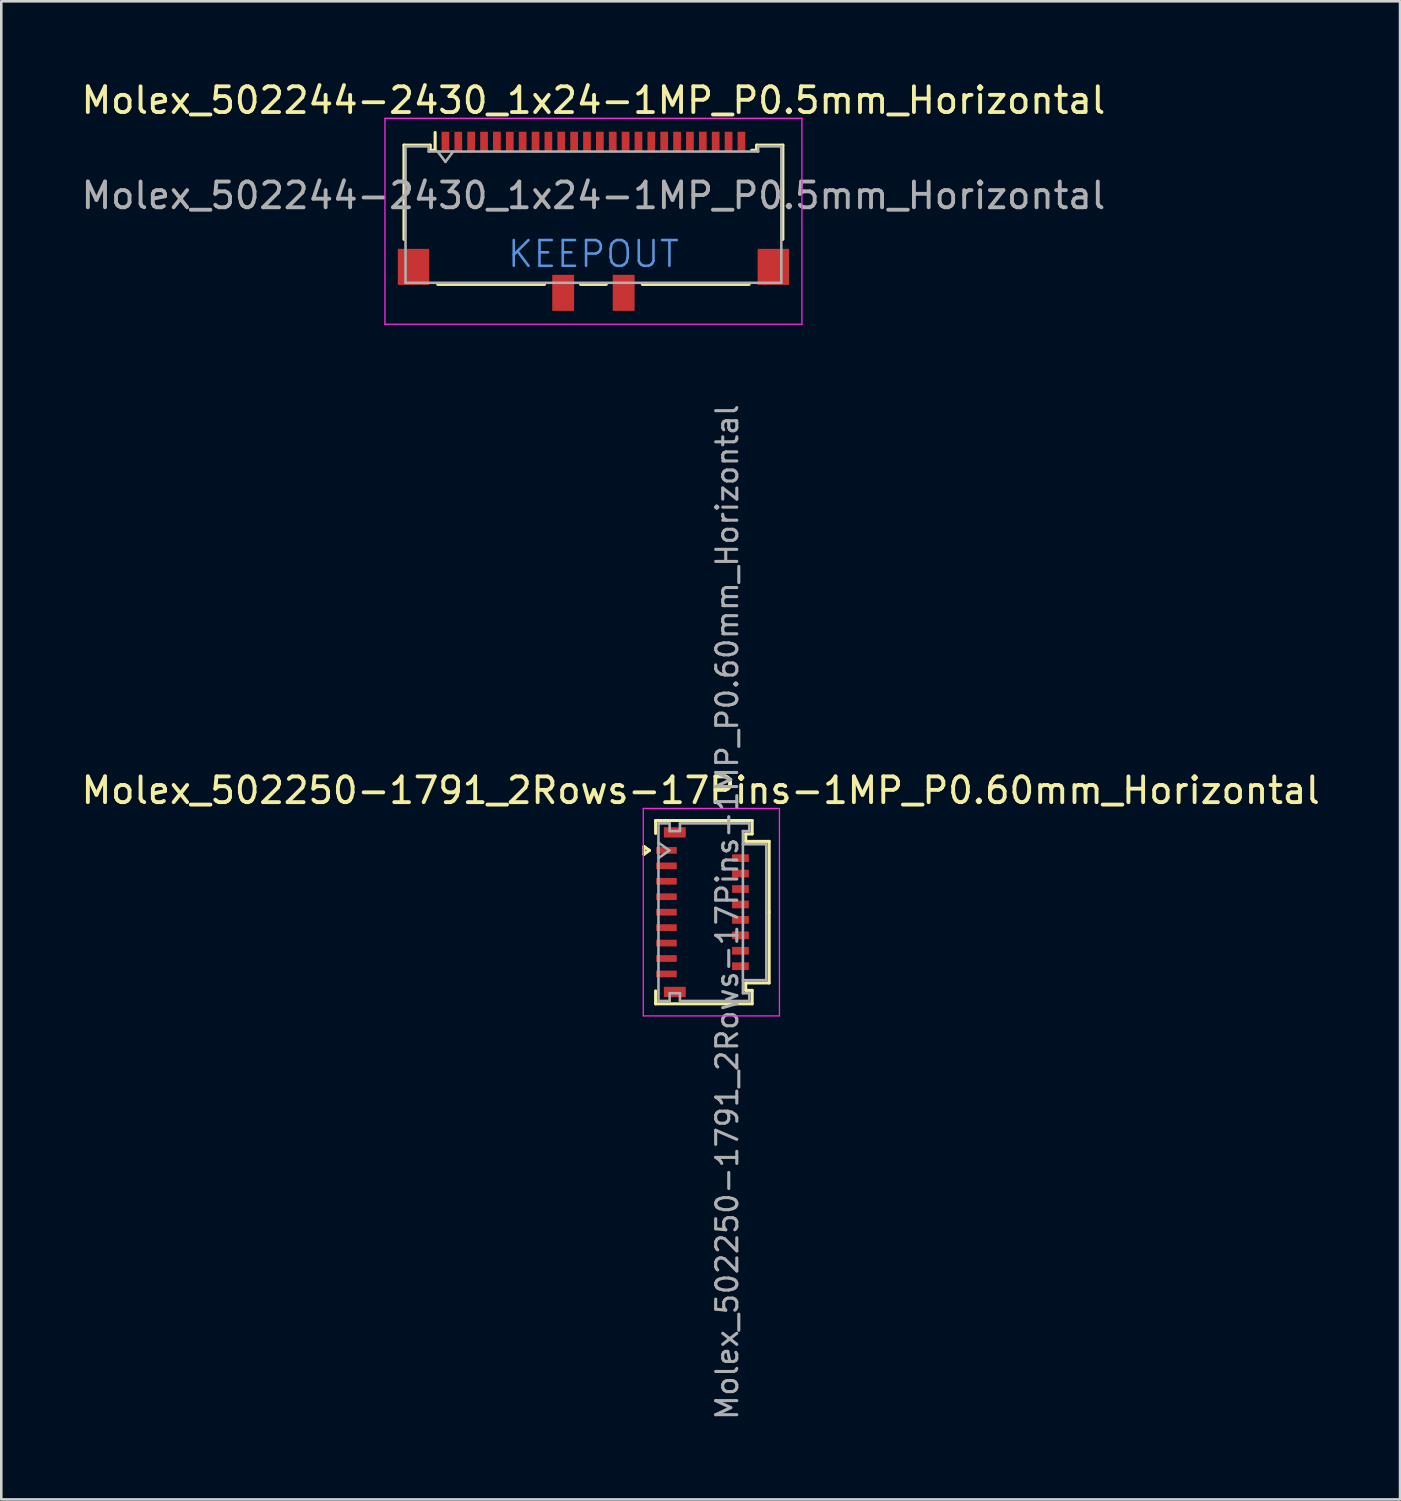
<source format=kicad_pcb>
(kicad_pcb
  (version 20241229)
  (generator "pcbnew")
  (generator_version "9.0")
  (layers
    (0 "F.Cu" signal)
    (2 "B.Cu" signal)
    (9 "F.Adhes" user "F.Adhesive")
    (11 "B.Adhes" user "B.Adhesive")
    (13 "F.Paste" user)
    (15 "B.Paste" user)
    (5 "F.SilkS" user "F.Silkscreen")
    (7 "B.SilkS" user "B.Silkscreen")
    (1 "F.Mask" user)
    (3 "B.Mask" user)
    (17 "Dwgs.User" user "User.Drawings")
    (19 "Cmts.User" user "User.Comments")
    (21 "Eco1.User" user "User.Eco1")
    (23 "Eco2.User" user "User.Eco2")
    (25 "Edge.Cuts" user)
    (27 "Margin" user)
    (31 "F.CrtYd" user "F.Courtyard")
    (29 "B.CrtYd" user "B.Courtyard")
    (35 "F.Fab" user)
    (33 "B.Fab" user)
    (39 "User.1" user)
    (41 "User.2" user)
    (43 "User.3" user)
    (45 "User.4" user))
  (footprint "Molex_502250-1791_2Rows-17Pins-1MP_P0.60mm_Horizontal"
    (layer "F.Cu")
    (at 24.243 32.39)
    (property "Reference" "Molex_502250-1791_2Rows-17Pins-1MP_P0.60mm_Horizontal" (at -0.07 -4.73 0) (layer "F.SilkS") (effects (font (size 1 1) (thickness 0.15))))
    (attr smd)
    (fp_line (start -2.272 -2.55) (end -2.06 -2.4) (stroke (width 0.12) (type solid)) (layer "F.SilkS"))
    (fp_line (start -2.272 -2.25) (end -2.272 -2.55) (stroke (width 0.12) (type solid)) (layer "F.SilkS"))
    (fp_line (start -2.06 -2.4) (end -2.272 -2.25) (stroke (width 0.12) (type solid)) (layer "F.SilkS"))
    (fp_line (start -1.82 -3.56) (end 1.93 -3.56) (stroke (width 0.12) (type solid)) (layer "F.SilkS"))
    (fp_line (start -1.82 -3.06) (end -1.82 -3.56) (stroke (width 0.12) (type solid)) (layer "F.SilkS"))
    (fp_line (start -1.82 3.06) (end -1.82 3.56) (stroke (width 0.12) (type solid)) (layer "F.SilkS"))
    (fp_line (start -1.82 3.56) (end 1.93 3.56) (stroke (width 0.12) (type solid)) (layer "F.SilkS"))
    (fp_line (start 1.68 -3.04) (end 1.68 -2.75) (stroke (width 0.12) (type solid)) (layer "F.SilkS"))
    (fp_line (start 1.68 -2.75) (end 2.59 -2.75) (stroke (width 0.12) (type solid)) (layer "F.SilkS"))
    (fp_line (start 1.68 2.75) (end 2.59 2.75) (stroke (width 0.12) (type solid)) (layer "F.SilkS"))
    (fp_line (start 1.68 3.04) (end 1.68 2.75) (stroke (width 0.12) (type solid)) (layer "F.SilkS"))
    (fp_line (start 1.93 -3.56) (end 1.93 -3.04) (stroke (width 0.12) (type solid)) (layer "F.SilkS"))
    (fp_line (start 1.93 -3.04) (end 1.68 -3.04) (stroke (width 0.12) (type solid)) (layer "F.SilkS"))
    (fp_line (start 1.93 3.04) (end 1.68 3.04) (stroke (width 0.12) (type solid)) (layer "F.SilkS"))
    (fp_line (start 1.93 3.56) (end 1.93 3.04) (stroke (width 0.12) (type solid)) (layer "F.SilkS"))
    (fp_line (start 2.59 -2.75) (end 2.59 0) (stroke (width 0.12) (type solid)) (layer "F.SilkS"))
    (fp_line (start 2.59 2.75) (end 2.59 0) (stroke (width 0.12) (type solid)) (layer "F.SilkS"))
    (fp_line (start -2.3 -4.03) (end -2.3 4.03) (stroke (width 0.05) (type solid)) (layer "F.CrtYd"))
    (fp_line (start -2.3 4.03) (end 2.99 4.03) (stroke (width 0.05) (type solid)) (layer "F.CrtYd"))
    (fp_line (start 2.99 -4.03) (end -2.3 -4.03) (stroke (width 0.05) (type solid)) (layer "F.CrtYd"))
    (fp_line (start 2.99 4.03) (end 2.99 -4.03) (stroke (width 0.05) (type solid)) (layer "F.CrtYd"))
    (fp_line (start -1.71 -3.45) (end -1.275 -3.45) (stroke (width 0.1) (type solid)) (layer "F.Fab"))
    (fp_line (start -1.71 -2.7) (end -1.286 -2.4) (stroke (width 0.1) (type solid)) (layer "F.Fab"))
    (fp_line (start -1.71 0) (end -1.71 -3.45) (stroke (width 0.1) (type solid)) (layer "F.Fab"))
    (fp_line (start -1.71 0) (end -1.71 3.45) (stroke (width 0.1) (type solid)) (layer "F.Fab"))
    (fp_line (start -1.71 3.45) (end -1.275 3.45) (stroke (width 0.1) (type solid)) (layer "F.Fab"))
    (fp_line (start -1.286 -2.4) (end -1.71 -2.1) (stroke (width 0.1) (type solid)) (layer "F.Fab"))
    (fp_line (start -1.275 -3.45) (end -1.275 -3.15) (stroke (width 0.1) (type solid)) (layer "F.Fab"))
    (fp_line (start -1.275 -3.15) (end -0.875 -3.15) (stroke (width 0.1) (type solid)) (layer "F.Fab"))
    (fp_line (start -1.275 3.15) (end -0.875 3.15) (stroke (width 0.1) (type solid)) (layer "F.Fab"))
    (fp_line (start -1.275 3.45) (end -1.275 3.15) (stroke (width 0.1) (type solid)) (layer "F.Fab"))
    (fp_line (start -0.875 -3.45) (end 1.82 -3.45) (stroke (width 0.1) (type solid)) (layer "F.Fab"))
    (fp_line (start -0.875 -3.15) (end -0.875 -3.45) (stroke (width 0.1) (type solid)) (layer "F.Fab"))
    (fp_line (start -0.875 3.15) (end -0.875 3.45) (stroke (width 0.1) (type solid)) (layer "F.Fab"))
    (fp_line (start -0.875 3.45) (end 1.82 3.45) (stroke (width 0.1) (type solid)) (layer "F.Fab"))
    (fp_line (start 1.57 -3.15) (end 1.57 0) (stroke (width 0.1) (type solid)) (layer "F.Fab"))
    (fp_line (start 1.57 -2.64) (end 2.48 -2.64) (stroke (width 0.1) (type solid)) (layer "F.Fab"))
    (fp_line (start 1.57 3.15) (end 1.57 0) (stroke (width 0.1) (type solid)) (layer "F.Fab"))
    (fp_line (start 1.82 -3.45) (end 1.82 -3.15) (stroke (width 0.1) (type solid)) (layer "F.Fab"))
    (fp_line (start 1.82 -3.15) (end 1.57 -3.15) (stroke (width 0.1) (type solid)) (layer "F.Fab"))
    (fp_line (start 1.82 3.15) (end 1.57 3.15) (stroke (width 0.1) (type solid)) (layer "F.Fab"))
    (fp_line (start 1.82 3.45) (end 1.82 3.15) (stroke (width 0.1) (type solid)) (layer "F.Fab"))
    (fp_line (start 2.48 -2.64) (end 2.48 2.64) (stroke (width 0.1) (type solid)) (layer "F.Fab"))
    (fp_line (start 2.48 2.64) (end 1.57 2.64) (stroke (width 0.1) (type solid)) (layer "F.Fab"))
    (fp_text user "${REFERENCE}" (at 0.96 0 90) (layer "F.Fab") (effects (font (size 0.82 0.82) (thickness 0.12))))
    (pad "1" smd rect (at -1.4 -2.4) (size 0.8 0.26) (layers "F.Cu" "F.Mask" "F.Paste"))
    (pad "2" smd rect (at 1.475 -2.1) (size 0.65 0.3) (layers "F.Cu" "F.Mask" "F.Paste"))
    (pad "3" smd rect (at -1.4 -1.8) (size 0.8 0.26) (layers "F.Cu" "F.Mask" "F.Paste"))
    (pad "4" smd rect (at 1.475 -1.5) (size 0.65 0.3) (layers "F.Cu" "F.Mask" "F.Paste"))
    (pad "5" smd rect (at -1.4 -1.2) (size 0.8 0.26) (layers "F.Cu" "F.Mask" "F.Paste"))
    (pad "6" smd rect (at 1.475 -0.9) (size 0.65 0.3) (layers "F.Cu" "F.Mask" "F.Paste"))
    (pad "7" smd rect (at -1.4 -0.6) (size 0.8 0.26) (layers "F.Cu" "F.Mask" "F.Paste"))
    (pad "8" smd rect (at 1.475 -0.3) (size 0.65 0.3) (layers "F.Cu" "F.Mask" "F.Paste"))
    (pad "9" smd rect (at -1.4 0) (size 0.8 0.26) (layers "F.Cu" "F.Mask" "F.Paste"))
    (pad "10" smd rect (at 1.475 0.3) (size 0.65 0.3) (layers "F.Cu" "F.Mask" "F.Paste"))
    (pad "11" smd rect (at -1.4 0.6) (size 0.8 0.26) (layers "F.Cu" "F.Mask" "F.Paste"))
    (pad "12" smd rect (at 1.475 0.9) (size 0.65 0.3) (layers "F.Cu" "F.Mask" "F.Paste"))
    (pad "13" smd rect (at -1.4 1.2) (size 0.8 0.26) (layers "F.Cu" "F.Mask" "F.Paste"))
    (pad "14" smd rect (at 1.475 1.5) (size 0.65 0.3) (layers "F.Cu" "F.Mask" "F.Paste"))
    (pad "15" smd rect (at -1.4 1.8) (size 0.8 0.26) (layers "F.Cu" "F.Mask" "F.Paste"))
    (pad "16" smd rect (at 1.475 2.1) (size 0.65 0.3) (layers "F.Cu" "F.Mask" "F.Paste"))
    (pad "17" smd rect (at -1.4 2.4) (size 0.8 0.26) (layers "F.Cu" "F.Mask" "F.Paste"))
    (pad "MP" smd rect (at -1.075 -3.1) (size 0.85 0.4) (layers "F.Cu" "F.Mask" "F.Paste"))
    (pad "MP" smd rect (at -1.075 3.1) (size 0.85 0.4) (layers "F.Cu" "F.Mask" "F.Paste")))
  (footprint "Molex_502244-2430_1x24-1MP_P0.5mm_Horizontal"
    (layer "F.Cu")
    (at 20.006 5.548)
    (property "Reference" "Molex_502244-2430_1x24-1MP_P0.5mm_Horizontal" (at 0 -4.7 0) (layer "F.SilkS") (effects (font (size 1 1) (thickness 0.15))))
    (attr smd)
    (fp_line (start -7.36 -2.96) (end -6.35 -2.96) (stroke (width 0.12) (type solid)) (layer "F.SilkS"))
    (fp_line (start -7.36 0.7) (end -7.36 -2.96) (stroke (width 0.12) (type solid)) (layer "F.SilkS"))
    (fp_line (start -6.34 -2.76) (end -6.34 -2.96) (stroke (width 0.12) (type solid)) (layer "F.SilkS"))
    (fp_line (start -6.34 -2.76) (end -6.15 -2.76) (stroke (width 0.12) (type solid)) (layer "F.SilkS"))
    (fp_line (start -6.15 -2.76) (end -6.15 -3.45) (stroke (width 0.12) (type solid)) (layer "F.SilkS"))
    (fp_line (start -6.05 2.45) (end -1.9 2.45) (stroke (width 0.12) (type solid)) (layer "F.SilkS"))
    (fp_line (start -0.5 2.45) (end 0.5 2.45) (stroke (width 0.12) (type solid)) (layer "F.SilkS"))
    (fp_line (start 1.9 2.45) (end 6.05 2.45) (stroke (width 0.12) (type solid)) (layer "F.SilkS"))
    (fp_line (start 6.34 -2.96) (end 6.34 -2.76) (stroke (width 0.12) (type solid)) (layer "F.SilkS"))
    (fp_line (start 6.34 -2.76) (end 6.15 -2.76) (stroke (width 0.12) (type solid)) (layer "F.SilkS"))
    (fp_line (start 6.35 -2.96) (end 7.36 -2.96) (stroke (width 0.12) (type solid)) (layer "F.SilkS"))
    (fp_line (start 7.36 -2.96) (end 7.36 0.7) (stroke (width 0.12) (type solid)) (layer "F.SilkS"))
    (fp_line (start -8.1 -4) (end 8.1 -4) (stroke (width 0.05) (type solid)) (layer "F.CrtYd"))
    (fp_line (start -8.1 4) (end -8.1 -4) (stroke (width 0.05) (type solid)) (layer "F.CrtYd"))
    (fp_line (start 8.1 -4) (end 8.1 4) (stroke (width 0.05) (type solid)) (layer "F.CrtYd"))
    (fp_line (start 8.1 4) (end -8.1 4) (stroke (width 0.05) (type solid)) (layer "F.CrtYd"))
    (fp_line (start -7.3 -2.91) (end -7.3 2.39) (stroke (width 0.1) (type solid)) (layer "F.Fab"))
    (fp_line (start -7.3 2.39) (end 7.3 2.39) (stroke (width 0.1) (type solid)) (layer "F.Fab"))
    (fp_line (start -6.4 -2.91) (end -7.3 -2.91) (stroke (width 0.1) (type solid)) (layer "F.Fab"))
    (fp_line (start -6.4 -2.71) (end -6.4 -2.91) (stroke (width 0.1) (type solid)) (layer "F.Fab"))
    (fp_line (start -6.05 -2.71) (end -5.75 -2.31) (stroke (width 0.1) (type solid)) (layer "F.Fab"))
    (fp_line (start -5.75 -2.31) (end -5.45 -2.71) (stroke (width 0.1) (type solid)) (layer "F.Fab"))
    (fp_line (start 6.4 -2.91) (end 6.4 -2.71) (stroke (width 0.1) (type solid)) (layer "F.Fab"))
    (fp_line (start 6.4 -2.71) (end -6.4 -2.71) (stroke (width 0.1) (type solid)) (layer "F.Fab"))
    (fp_line (start 7.3 -2.91) (end 6.4 -2.91) (stroke (width 0.1) (type solid)) (layer "F.Fab"))
    (fp_line (start 7.3 -2.91) (end 7.3 2.39) (stroke (width 0.1) (type solid)) (layer "F.Fab"))
    (fp_text user "KEEPOUT" (at 0 1.271 0) (layer "Cmts.User") (effects (font (size 1 1) (thickness 0.1))))
    (fp_text user "${REFERENCE}" (at 0 -1 0) (layer "F.Fab") (effects (font (size 1 1) (thickness 0.15))))
    (pad "1" smd rect (at -5.75 -3.08) (size 0.3 0.8) (layers "F.Cu" "F.Mask" "F.Paste"))
    (pad "2" smd rect (at -5.25 -3.08) (size 0.3 0.8) (layers "F.Cu" "F.Mask" "F.Paste"))
    (pad "3" smd rect (at -4.75 -3.08) (size 0.3 0.8) (layers "F.Cu" "F.Mask" "F.Paste"))
    (pad "4" smd rect (at -4.25 -3.08) (size 0.3 0.8) (layers "F.Cu" "F.Mask" "F.Paste"))
    (pad "5" smd rect (at -3.75 -3.08) (size 0.3 0.8) (layers "F.Cu" "F.Mask" "F.Paste"))
    (pad "6" smd rect (at -3.25 -3.08) (size 0.3 0.8) (layers "F.Cu" "F.Mask" "F.Paste"))
    (pad "7" smd rect (at -2.75 -3.08) (size 0.3 0.8) (layers "F.Cu" "F.Mask" "F.Paste"))
    (pad "8" smd rect (at -2.25 -3.08) (size 0.3 0.8) (layers "F.Cu" "F.Mask" "F.Paste"))
    (pad "9" smd rect (at -1.75 -3.08) (size 0.3 0.8) (layers "F.Cu" "F.Mask" "F.Paste"))
    (pad "10" smd rect (at -1.25 -3.08) (size 0.3 0.8) (layers "F.Cu" "F.Mask" "F.Paste"))
    (pad "11" smd rect (at -0.75 -3.08) (size 0.3 0.8) (layers "F.Cu" "F.Mask" "F.Paste"))
    (pad "12" smd rect (at -0.25 -3.08) (size 0.3 0.8) (layers "F.Cu" "F.Mask" "F.Paste"))
    (pad "13" smd rect (at 0.25 -3.08) (size 0.3 0.8) (layers "F.Cu" "F.Mask" "F.Paste"))
    (pad "14" smd rect (at 0.75 -3.08) (size 0.3 0.8) (layers "F.Cu" "F.Mask" "F.Paste"))
    (pad "15" smd rect (at 1.25 -3.08) (size 0.3 0.8) (layers "F.Cu" "F.Mask" "F.Paste"))
    (pad "16" smd rect (at 1.75 -3.08) (size 0.3 0.8) (layers "F.Cu" "F.Mask" "F.Paste"))
    (pad "17" smd rect (at 2.25 -3.08) (size 0.3 0.8) (layers "F.Cu" "F.Mask" "F.Paste"))
    (pad "18" smd rect (at 2.75 -3.08) (size 0.3 0.8) (layers "F.Cu" "F.Mask" "F.Paste"))
    (pad "19" smd rect (at 3.25 -3.08) (size 0.3 0.8) (layers "F.Cu" "F.Mask" "F.Paste"))
    (pad "20" smd rect (at 3.75 -3.08) (size 0.3 0.8) (layers "F.Cu" "F.Mask" "F.Paste"))
    (pad "21" smd rect (at 4.25 -3.08) (size 0.3 0.8) (layers "F.Cu" "F.Mask" "F.Paste"))
    (pad "22" smd rect (at 4.75 -3.08) (size 0.3 0.8) (layers "F.Cu" "F.Mask" "F.Paste"))
    (pad "23" smd rect (at 5.25 -3.08) (size 0.3 0.8) (layers "F.Cu" "F.Mask" "F.Paste"))
    (pad "24" smd rect (at 5.75 -3.08) (size 0.3 0.8) (layers "F.Cu" "F.Mask" "F.Paste"))
    (pad "MP" smd rect (at -6.99 1.77) (size 1.22 1.4) (layers "F.Cu" "F.Mask" "F.Paste"))
    (pad "MP" smd rect (at -1.175 2.78) (size 0.85 1.4) (layers "F.Cu" "F.Mask" "F.Paste"))
    (pad "MP" smd rect (at 1.175 2.78) (size 0.85 1.4) (layers "F.Cu" "F.Mask" "F.Paste"))
    (pad "MP" smd rect (at 6.99 1.77) (size 1.22 1.4) (layers "F.Cu" "F.Mask" "F.Paste"))
    (zone (net_name "") (layer "F.Cu") (hatch full 0.508) (connect_pads) (min_thickness 0.254) (filled_areas_thickness no) (keepout (tracks not_allowed) (vias not_allowed) (pads not_allowed) (copperpour not_allowed) (footprints not_allowed)) (placement (enabled no)) (fill) (polygon (pts (xy 20.006 8.058) (xy 19.256 8.058) (xy 19.256 7.628) (xy 18.406 7.628) (xy 18.406 8.058) (xy 13.626 8.058) (xy 13.626 5.508) (xy 20.006 5.508))))
    (zone (net_name "") (layer "F.Cu") (hatch full 0.508) (connect_pads) (min_thickness 0.254) (filled_areas_thickness no) (keepout (tracks not_allowed) (vias not_allowed) (pads not_allowed) (copperpour not_allowed) (footprints not_allowed)) (placement (enabled no)) (fill) (polygon (pts (xy 20.006 8.058) (xy 20.756 8.058) (xy 20.756 7.628) (xy 21.606 7.628) (xy 21.606 8.058) (xy 26.386 8.058) (xy 26.386 5.508) (xy 20.006 5.508)))))
  (gr_rect
    (start -3 -3)
    (end 51.345 55.207)
    (stroke (width 0.1) (type default))
    (fill no)
    (layer "Edge.Cuts")))
</source>
